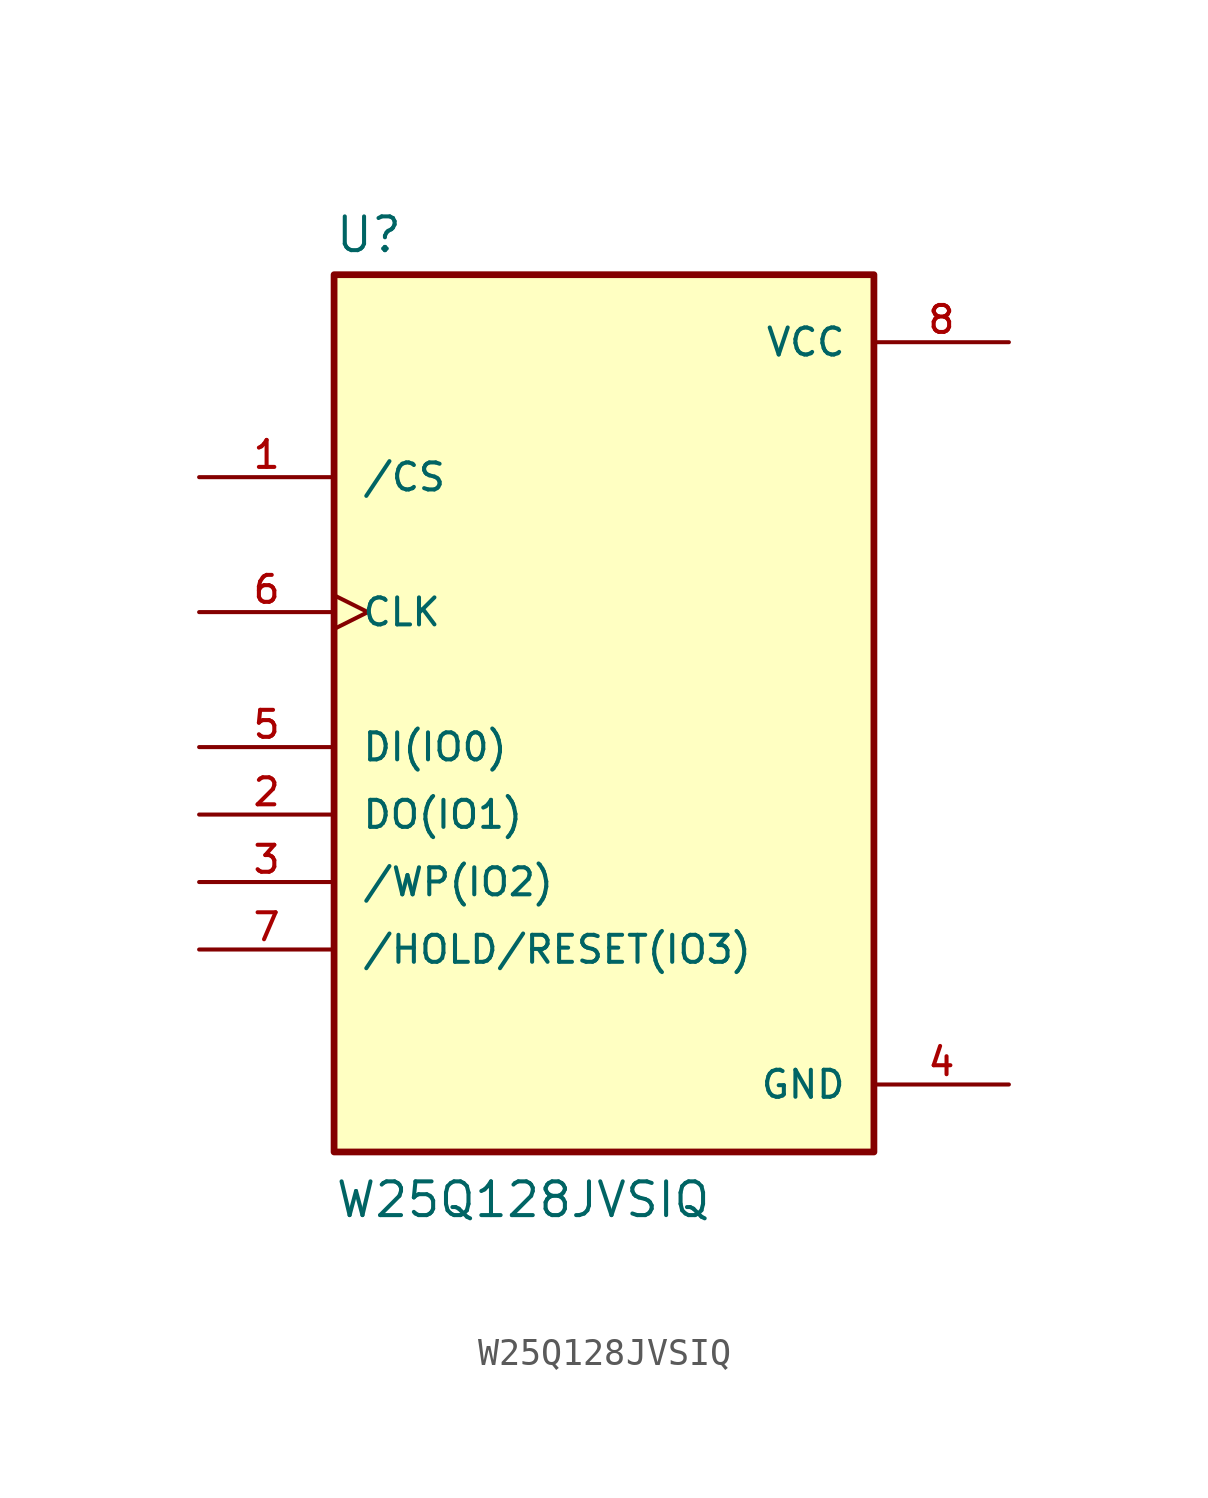
<source format=kicad_sym>
(kicad_symbol_lib
  (version 20231120)
  (generator "kicad_symbol_editor")
  (generator_version "8.0")
  (symbol "W25Q128JVSIQ"
    (pin_names
      (offset 1.016))
    (property "Reference" "U"
      (at -11.43 16.002 0)
      (effects (font (size 1.27 1.27)) (justify left bottom)))
    (property "Value" "W25Q128JVSIQ"
      (at -11.43 -20.32 0)
      (effects (font (size 1.27 1.27)) (justify left bottom)))
    (symbol "W25Q128JVSIQ_0_0"
      (rectangle (start -11.43 15.24) (end 8.89 -17.78) (stroke (width 0.254) (type default)) (fill (type background)))
      (pin input line (at -16.51 7.62 0) (length 5.08) (name "/CS" (effects (font (size 1.016 1.016)))) (number "1" (effects (font (size 1.016 1.016)))))
      (pin bidirectional line (at -16.51 -5.08 0) (length 5.08) (name "DO(IO1)" (effects (font (size 1.016 1.016)))) (number "2" (effects (font (size 1.016 1.016)))))
      (pin bidirectional line (at -16.51 -7.62 0) (length 5.08) (name "/WP(IO2)" (effects (font (size 1.016 1.016)))) (number "3" (effects (font (size 1.016 1.016)))))
      (pin power_in line (at 13.97 -15.24 180) (length 5.08) (name "GND" (effects (font (size 1.016 1.016)))) (number "4" (effects (font (size 1.016 1.016)))))
      (pin bidirectional line (at -16.51 -2.54 0) (length 5.08) (name "DI(IO0)" (effects (font (size 1.016 1.016)))) (number "5" (effects (font (size 1.016 1.016)))))
      (pin input clock (at -16.51 2.54 0) (length 5.08) (name "CLK" (effects (font (size 1.016 1.016)))) (number "6" (effects (font (size 1.016 1.016)))))
      (pin bidirectional line (at -16.51 -10.16 0) (length 5.08) (name "/HOLD/RESET(IO3)" (effects (font (size 1.016 1.016)))) (number "7" (effects (font (size 1.016 1.016)))))
      (pin power_in line (at 13.97 12.7 180) (length 5.08) (name "VCC" (effects (font (size 1.016 1.016)))) (number "8" (effects (font (size 1.016 1.016))))))))
</source>
